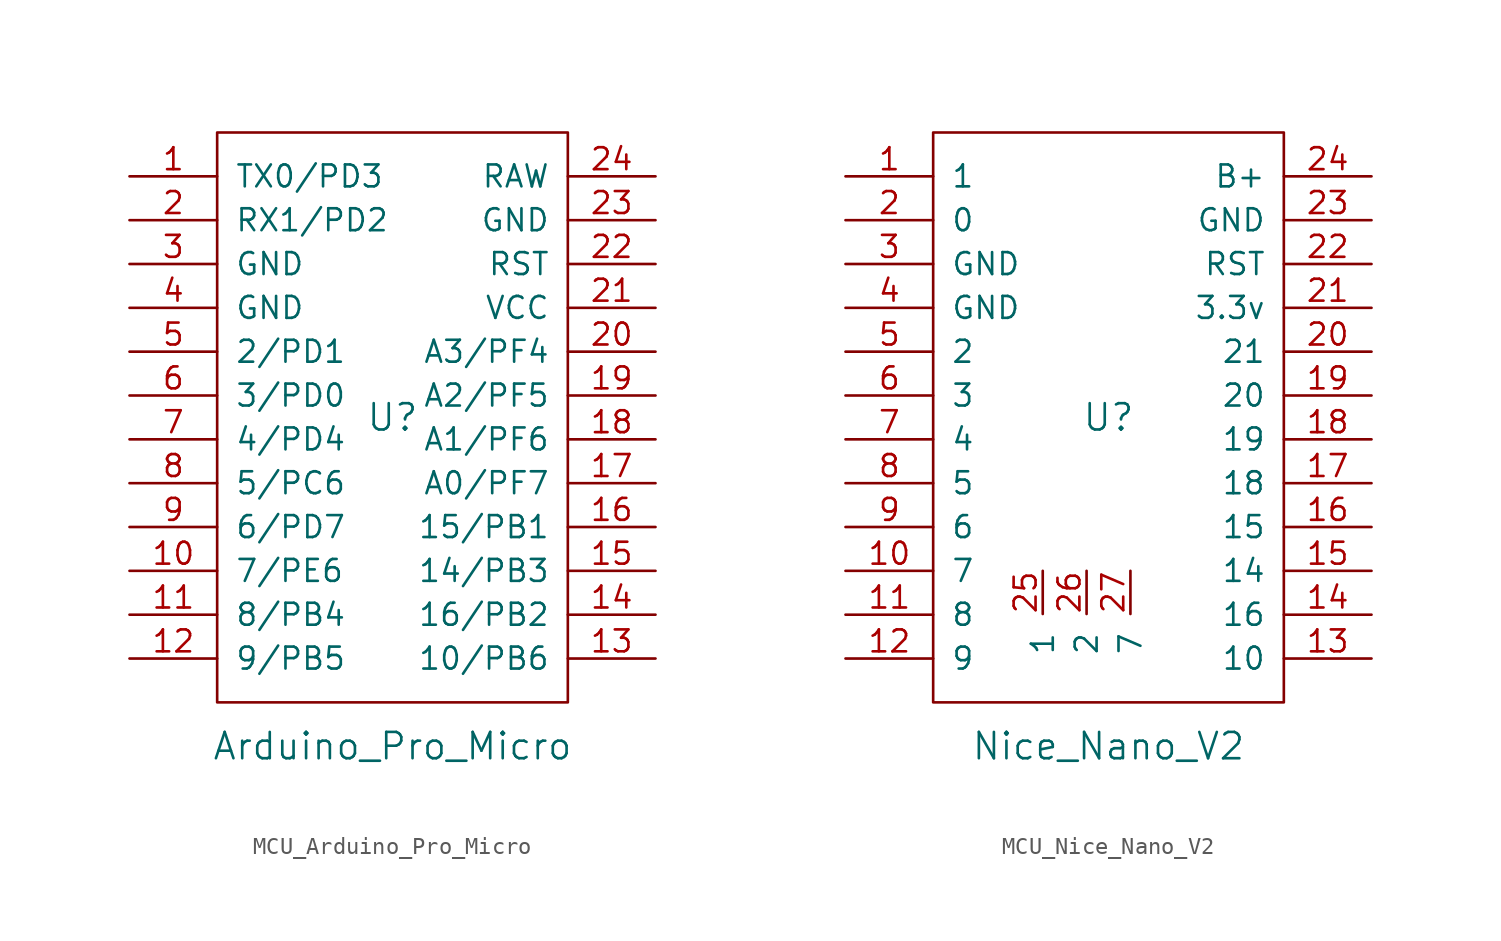
<source format=kicad_sym>
(kicad_symbol_lib
  (version 20231120)
  (generator "kicad_symbol_editor")
  (generator_version "8.0")
  (symbol "MCU_Arduino_Pro_Micro"
    (pin_names
      (offset 1.016))
    (property "Reference" "U"
      (at 0 0 0)
      (effects (font (size 1.524 1.524))))
    (property "Value" "Arduino_Pro_Micro"
      (at 0 -19.05 0)
      (effects (font (size 1.524 1.524))))
    (symbol "MCU_Arduino_Pro_Micro_0_1"
      (rectangle (start -10.16 16.51) (end 10.16 -16.51) (stroke (width 0) (type solid)) (fill (type none))))
    (symbol "MCU_Arduino_Pro_Micro_1_1"
      (pin input line (at -15.24 13.97 0) (length 5.08) (name "TX0/PD3" (effects (font (size 1.27 1.27)))) (number "1" (effects (font (size 1.27 1.27)))))
      (pin input line (at -15.24 -8.89 0) (length 5.08) (name "7/PE6" (effects (font (size 1.27 1.27)))) (number "10" (effects (font (size 1.27 1.27)))))
      (pin input line (at -15.24 -11.43 0) (length 5.08) (name "8/PB4" (effects (font (size 1.27 1.27)))) (number "11" (effects (font (size 1.27 1.27)))))
      (pin input line (at -15.24 -13.97 0) (length 5.08) (name "9/PB5" (effects (font (size 1.27 1.27)))) (number "12" (effects (font (size 1.27 1.27)))))
      (pin input line (at 15.24 -13.97 180) (length 5.08) (name "10/PB6" (effects (font (size 1.27 1.27)))) (number "13" (effects (font (size 1.27 1.27)))))
      (pin input line (at 15.24 -11.43 180) (length 5.08) (name "16/PB2" (effects (font (size 1.27 1.27)))) (number "14" (effects (font (size 1.27 1.27)))))
      (pin input line (at 15.24 -8.89 180) (length 5.08) (name "14/PB3" (effects (font (size 1.27 1.27)))) (number "15" (effects (font (size 1.27 1.27)))))
      (pin input line (at 15.24 -6.35 180) (length 5.08) (name "15/PB1" (effects (font (size 1.27 1.27)))) (number "16" (effects (font (size 1.27 1.27)))))
      (pin input line (at 15.24 -3.81 180) (length 5.08) (name "A0/PF7" (effects (font (size 1.27 1.27)))) (number "17" (effects (font (size 1.27 1.27)))))
      (pin input line (at 15.24 -1.27 180) (length 5.08) (name "A1/PF6" (effects (font (size 1.27 1.27)))) (number "18" (effects (font (size 1.27 1.27)))))
      (pin input line (at 15.24 1.27 180) (length 5.08) (name "A2/PF5" (effects (font (size 1.27 1.27)))) (number "19" (effects (font (size 1.27 1.27)))))
      (pin input line (at -15.24 11.43 0) (length 5.08) (name "RX1/PD2" (effects (font (size 1.27 1.27)))) (number "2" (effects (font (size 1.27 1.27)))))
      (pin input line (at 15.24 3.81 180) (length 5.08) (name "A3/PF4" (effects (font (size 1.27 1.27)))) (number "20" (effects (font (size 1.27 1.27)))))
      (pin input line (at 15.24 6.35 180) (length 5.08) (name "VCC" (effects (font (size 1.27 1.27)))) (number "21" (effects (font (size 1.27 1.27)))))
      (pin input line (at 15.24 8.89 180) (length 5.08) (name "RST" (effects (font (size 1.27 1.27)))) (number "22" (effects (font (size 1.27 1.27)))))
      (pin input line (at 15.24 11.43 180) (length 5.08) (name "GND" (effects (font (size 1.27 1.27)))) (number "23" (effects (font (size 1.27 1.27)))))
      (pin input line (at 15.24 13.97 180) (length 5.08) (name "RAW" (effects (font (size 1.27 1.27)))) (number "24" (effects (font (size 1.27 1.27)))))
      (pin input line (at -15.24 8.89 0) (length 5.08) (name "GND" (effects (font (size 1.27 1.27)))) (number "3" (effects (font (size 1.27 1.27)))))
      (pin input line (at -15.24 6.35 0) (length 5.08) (name "GND" (effects (font (size 1.27 1.27)))) (number "4" (effects (font (size 1.27 1.27)))))
      (pin input line (at -15.24 3.81 0) (length 5.08) (name "2/PD1" (effects (font (size 1.27 1.27)))) (number "5" (effects (font (size 1.27 1.27)))))
      (pin input line (at -15.24 1.27 0) (length 5.08) (name "3/PD0" (effects (font (size 1.27 1.27)))) (number "6" (effects (font (size 1.27 1.27)))))
      (pin input line (at -15.24 -1.27 0) (length 5.08) (name "4/PD4" (effects (font (size 1.27 1.27)))) (number "7" (effects (font (size 1.27 1.27)))))
      (pin input line (at -15.24 -3.81 0) (length 5.08) (name "5/PC6" (effects (font (size 1.27 1.27)))) (number "8" (effects (font (size 1.27 1.27)))))
      (pin input line (at -15.24 -6.35 0) (length 5.08) (name "6/PD7" (effects (font (size 1.27 1.27)))) (number "9" (effects (font (size 1.27 1.27)))))))
  (symbol "MCU_Nice_Nano_V2"
    (pin_names
      (offset 1.016))
    (property "Reference" "U"
      (at 0 0 0)
      (effects (font (size 1.524 1.524))))
    (property "Value" "Nice_Nano_V2"
      (at 0 -19.05 0)
      (effects (font (size 1.524 1.524))))
    (symbol "MCU_Nice_Nano_V2_0_1"
      (rectangle (start -10.16 16.51) (end 10.16 -16.51) (stroke (width 0) (type solid)) (fill (type none))))
    (symbol "MCU_Nice_Nano_V2_1_1"
      (pin input line (at -15.24 13.97 0) (length 5.08) (name "1" (effects (font (size 1.27 1.27)))) (number "1" (effects (font (size 1.27 1.27)))))
      (pin input line (at -15.24 -8.89 0) (length 5.08) (name "7" (effects (font (size 1.27 1.27)))) (number "10" (effects (font (size 1.27 1.27)))))
      (pin input line (at -15.24 -11.43 0) (length 5.08) (name "8" (effects (font (size 1.27 1.27)))) (number "11" (effects (font (size 1.27 1.27)))))
      (pin input line (at -15.24 -13.97 0) (length 5.08) (name "9" (effects (font (size 1.27 1.27)))) (number "12" (effects (font (size 1.27 1.27)))))
      (pin input line (at 15.24 -13.97 180) (length 5.08) (name "10" (effects (font (size 1.27 1.27)))) (number "13" (effects (font (size 1.27 1.27)))))
      (pin input line (at 15.24 -11.43 180) (length 5.08) (name "16" (effects (font (size 1.27 1.27)))) (number "14" (effects (font (size 1.27 1.27)))))
      (pin input line (at 15.24 -8.89 180) (length 5.08) (name "14" (effects (font (size 1.27 1.27)))) (number "15" (effects (font (size 1.27 1.27)))))
      (pin input line (at 15.24 -6.35 180) (length 5.08) (name "15" (effects (font (size 1.27 1.27)))) (number "16" (effects (font (size 1.27 1.27)))))
      (pin input line (at 15.24 -3.81 180) (length 5.08) (name "18" (effects (font (size 1.27 1.27)))) (number "17" (effects (font (size 1.27 1.27)))))
      (pin input line (at 15.24 -1.27 180) (length 5.08) (name "19" (effects (font (size 1.27 1.27)))) (number "18" (effects (font (size 1.27 1.27)))))
      (pin input line (at 15.24 1.27 180) (length 5.08) (name "20" (effects (font (size 1.27 1.27)))) (number "19" (effects (font (size 1.27 1.27)))))
      (pin input line (at -15.24 11.43 0) (length 5.08) (name "0" (effects (font (size 1.27 1.27)))) (number "2" (effects (font (size 1.27 1.27)))))
      (pin input line (at 15.24 3.81 180) (length 5.08) (name "21" (effects (font (size 1.27 1.27)))) (number "20" (effects (font (size 1.27 1.27)))))
      (pin input line (at 15.24 6.35 180) (length 5.08) (name "3.3v" (effects (font (size 1.27 1.27)))) (number "21" (effects (font (size 1.27 1.27)))))
      (pin input line (at 15.24 8.89 180) (length 5.08) (name "RST" (effects (font (size 1.27 1.27)))) (number "22" (effects (font (size 1.27 1.27)))))
      (pin input line (at 15.24 11.43 180) (length 5.08) (name "GND" (effects (font (size 1.27 1.27)))) (number "23" (effects (font (size 1.27 1.27)))))
      (pin input line (at 15.24 13.97 180) (length 5.08) (name "B+" (effects (font (size 1.27 1.27)))) (number "24" (effects (font (size 1.27 1.27)))))
      (pin input line (at -3.81 -8.89 270) (length 2.5) (name "1" (effects (font (size 1.27 1.27)))) (number "25" (effects (font (size 1.27 1.27)))))
      (pin input line (at -1.27 -8.89 270) (length 2.5) (name "2" (effects (font (size 1.27 1.27)))) (number "26" (effects (font (size 1.27 1.27)))))
      (pin input line (at 1.27 -8.89 270) (length 2.5) (name "7" (effects (font (size 1.27 1.27)))) (number "27" (effects (font (size 1.27 1.27)))))
      (pin input line (at -15.24 8.89 0) (length 5.08) (name "GND" (effects (font (size 1.27 1.27)))) (number "3" (effects (font (size 1.27 1.27)))))
      (pin input line (at -15.24 6.35 0) (length 5.08) (name "GND" (effects (font (size 1.27 1.27)))) (number "4" (effects (font (size 1.27 1.27)))))
      (pin input line (at -15.24 3.81 0) (length 5.08) (name "2" (effects (font (size 1.27 1.27)))) (number "5" (effects (font (size 1.27 1.27)))))
      (pin input line (at -15.24 1.27 0) (length 5.08) (name "3" (effects (font (size 1.27 1.27)))) (number "6" (effects (font (size 1.27 1.27)))))
      (pin input line (at -15.24 -1.27 0) (length 5.08) (name "4" (effects (font (size 1.27 1.27)))) (number "7" (effects (font (size 1.27 1.27)))))
      (pin input line (at -15.24 -3.81 0) (length 5.08) (name "5" (effects (font (size 1.27 1.27)))) (number "8" (effects (font (size 1.27 1.27)))))
      (pin input line (at -15.24 -6.35 0) (length 5.08) (name "6" (effects (font (size 1.27 1.27)))) (number "9" (effects (font (size 1.27 1.27))))))))
</source>
